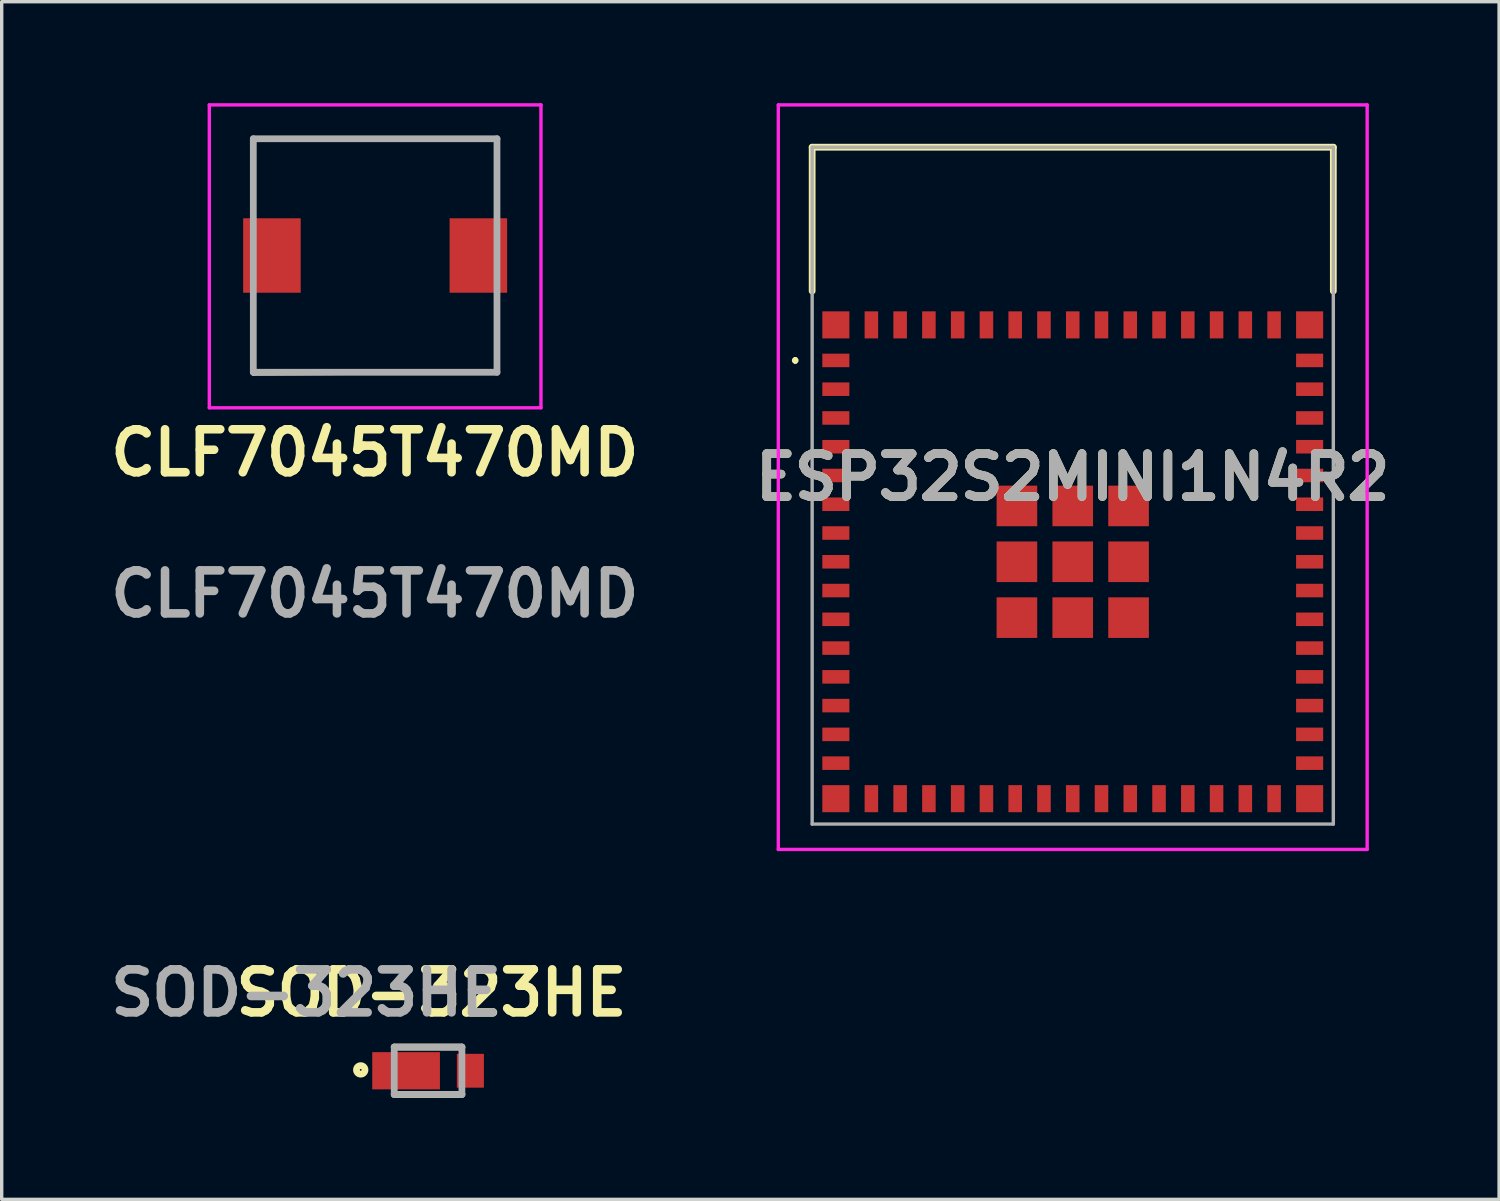
<source format=kicad_pcb>
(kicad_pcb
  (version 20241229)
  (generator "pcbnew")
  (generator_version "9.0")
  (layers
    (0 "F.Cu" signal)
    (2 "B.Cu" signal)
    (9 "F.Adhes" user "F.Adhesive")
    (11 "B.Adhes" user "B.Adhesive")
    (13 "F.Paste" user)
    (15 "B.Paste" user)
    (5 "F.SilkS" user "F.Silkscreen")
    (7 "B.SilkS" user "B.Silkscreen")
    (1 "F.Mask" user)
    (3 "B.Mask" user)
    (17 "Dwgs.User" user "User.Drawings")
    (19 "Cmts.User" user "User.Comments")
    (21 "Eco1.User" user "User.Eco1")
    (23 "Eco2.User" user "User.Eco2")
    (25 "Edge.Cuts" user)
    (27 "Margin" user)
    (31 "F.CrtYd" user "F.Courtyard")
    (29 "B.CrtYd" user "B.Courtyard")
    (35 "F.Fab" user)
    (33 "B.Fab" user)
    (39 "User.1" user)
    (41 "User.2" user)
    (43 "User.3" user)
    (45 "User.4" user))
  (footprint "SOD-323HE"
    (layer "F.Cu")
    (at 9.599 28.589)
    (property "Reference" "SOD-323HE" (at 0.1 -2.3 0) (layer "F.SilkS") (effects (font (size 1.27 1.27) (thickness 0.254))))
    (attr smd)
    (fp_line (start -1 -0.7) (end 1 -0.7) (stroke (width 0.2) (type solid)) (layer "F.SilkS"))
    (fp_line (start 1 0.7) (end -1 0.7) (stroke (width 0.2) (type solid)) (layer "F.SilkS"))
    (fp_circle (center -1.99 -0.025) (end -1.99 0.001) (stroke (width 0.2) (type solid)) (fill no) (layer "F.SilkS"))
    (fp_line (start -1 -0.7) (end 1 -0.7) (stroke (width 0.2) (type solid)) (layer "F.Fab"))
    (fp_line (start -1 0.7) (end -1 -0.7) (stroke (width 0.2) (type solid)) (layer "F.Fab"))
    (fp_line (start 1 -0.7) (end 1 0.7) (stroke (width 0.2) (type solid)) (layer "F.Fab"))
    (fp_line (start 1 0.7) (end -1 0.7) (stroke (width 0.2) (type solid)) (layer "F.Fab"))
    (fp_text user "${REFERENCE}" (at -3.6 -2.3 0) (layer "F.Fab") (effects (font (size 1.27 1.27) (thickness 0.254))))
    (pad "1" smd rect (at -0.65 0 90) (size 1.1 2) (layers "F.Cu" "F.Mask" "F.Paste"))
    (pad "2" smd rect (at 1.25 0) (size 0.8 1) (layers "F.Cu" "F.Mask" "F.Paste")))
  (footprint "CLF7045T470MD"
    (layer "F.Cu")
    (at 8.035 4.5)
    (property "Reference" "CLF7045T470MD" (at -0.01 5.83 0) (layer "F.SilkS") (effects (font (size 1.27 1.27) (thickness 0.254))))
    (attr smd)
    (fp_line (start -3.6 -3.45) (end 3.6 -3.45) (stroke (width 0.1) (type solid)) (layer "F.SilkS"))
    (fp_line (start -3.6 -1.5) (end -3.6 -3.45) (stroke (width 0.1) (type solid)) (layer "F.SilkS"))
    (fp_line (start -3.6 1.5) (end -3.6 3.5) (stroke (width 0.1) (type solid)) (layer "F.SilkS"))
    (fp_line (start -3.6 3.5) (end 3.6 3.45) (stroke (width 0.1) (type solid)) (layer "F.SilkS"))
    (fp_line (start 3.6 -3.45) (end 3.6 -1.5) (stroke (width 0.1) (type solid)) (layer "F.SilkS"))
    (fp_line (start 3.6 3.45) (end 3.6 1.5) (stroke (width 0.1) (type solid)) (layer "F.SilkS"))
    (fp_line (start -4.9 -4.45) (end 4.9 -4.45) (stroke (width 0.1) (type solid)) (layer "F.CrtYd"))
    (fp_line (start -4.9 4.5) (end -4.9 -4.45) (stroke (width 0.1) (type solid)) (layer "F.CrtYd"))
    (fp_line (start 4.9 -4.45) (end 4.9 4.5) (stroke (width 0.1) (type solid)) (layer "F.CrtYd"))
    (fp_line (start 4.9 4.5) (end -4.9 4.5) (stroke (width 0.1) (type solid)) (layer "F.CrtYd"))
    (fp_line (start -3.6 -3.45) (end 3.6 -3.45) (stroke (width 0.2) (type solid)) (layer "F.Fab"))
    (fp_line (start -3.6 3.45) (end -3.6 -3.45) (stroke (width 0.2) (type solid)) (layer "F.Fab"))
    (fp_line (start 3.6 -3.45) (end 3.6 3.45) (stroke (width 0.2) (type solid)) (layer "F.Fab"))
    (fp_line (start 3.6 3.45) (end -3.6 3.45) (stroke (width 0.2) (type solid)) (layer "F.Fab"))
    (fp_text user "${REFERENCE}" (at -0.01 10 0) (layer "F.Fab") (effects (font (size 1.27 1.27) (thickness 0.254))))
    (pad "1" smd rect (at -3.05 0) (size 1.7 2.2) (layers "F.Cu" "F.Mask" "F.Paste"))
    (pad "2" smd rect (at 3.05 0) (size 1.7 2.2) (layers "F.Cu" "F.Mask" "F.Paste")))
  (footprint "ESP32S2MINI1N4R2"
    (layer "F.Cu")
    (at 28.648 13.55)
    (property "Reference" "ESP32S2MINI1N4R2" (at 0 -2.5 0) (layer "F.SilkS") (effects (font (size 1.27 1.27) (thickness 0.254))))
    (attr smd)
    (fp_line (start -8.2 -6) (end -8.2 -6) (stroke (width 0.1) (type solid)) (layer "F.SilkS"))
    (fp_line (start -8.2 -5.9) (end -8.2 -5.9) (stroke (width 0.1) (type solid)) (layer "F.SilkS"))
    (fp_line (start -7.7 -12.25) (end 7.7 -12.25) (stroke (width 0.2) (type solid)) (layer "F.SilkS"))
    (fp_line (start -7.7 -8) (end -7.7 -12.25) (stroke (width 0.2) (type solid)) (layer "F.SilkS"))
    (fp_line (start 7.7 -12.25) (end 7.7 -8) (stroke (width 0.2) (type solid)) (layer "F.SilkS"))
    (fp_arc (start -8.2 -6) (mid -8.15 -5.95) (end -8.2 -5.9) (stroke (width 0.1) (type solid)) (layer "F.SilkS"))
    (fp_arc (start -8.2 -5.9) (mid -8.25 -5.95) (end -8.2 -6) (stroke (width 0.1) (type solid)) (layer "F.SilkS"))
    (fp_line (start -8.7 -13.5) (end 8.7 -13.5) (stroke (width 0.1) (type solid)) (layer "F.CrtYd"))
    (fp_line (start -8.7 8.5) (end -8.7 -13.5) (stroke (width 0.1) (type solid)) (layer "F.CrtYd"))
    (fp_line (start 8.7 -13.5) (end 8.7 8.5) (stroke (width 0.1) (type solid)) (layer "F.CrtYd"))
    (fp_line (start 8.7 8.5) (end -8.7 8.5) (stroke (width 0.1) (type solid)) (layer "F.CrtYd"))
    (fp_line (start -7.7 -12.25) (end 7.7 -12.25) (stroke (width 0.1) (type solid)) (layer "F.Fab"))
    (fp_line (start -7.7 7.75) (end -7.7 -12.25) (stroke (width 0.1) (type solid)) (layer "F.Fab"))
    (fp_line (start 7.7 -12.25) (end 7.7 7.75) (stroke (width 0.1) (type solid)) (layer "F.Fab"))
    (fp_line (start 7.7 7.75) (end -7.7 7.75) (stroke (width 0.1) (type solid)) (layer "F.Fab"))
    (fp_text user "${REFERENCE}" (at 0 -2.5 0) (layer "F.Fab") (effects (font (size 1.27 1.27) (thickness 0.254))))
    (pad "1" smd rect (at -7 -5.95 90) (size 0.4 0.8) (layers "F.Cu" "F.Mask" "F.Paste"))
    (pad "2" smd rect (at -7 -5.1 90) (size 0.4 0.8) (layers "F.Cu" "F.Mask" "F.Paste"))
    (pad "3" smd rect (at -7 -4.25 90) (size 0.4 0.8) (layers "F.Cu" "F.Mask" "F.Paste"))
    (pad "4" smd rect (at -7 -3.4 90) (size 0.4 0.8) (layers "F.Cu" "F.Mask" "F.Paste"))
    (pad "5" smd rect (at -7 -2.55 90) (size 0.4 0.8) (layers "F.Cu" "F.Mask" "F.Paste"))
    (pad "6" smd rect (at -7 -1.7 90) (size 0.4 0.8) (layers "F.Cu" "F.Mask" "F.Paste"))
    (pad "7" smd rect (at -7 -0.85 90) (size 0.4 0.8) (layers "F.Cu" "F.Mask" "F.Paste"))
    (pad "8" smd rect (at -7 0 90) (size 0.4 0.8) (layers "F.Cu" "F.Mask" "F.Paste"))
    (pad "9" smd rect (at -7 0.85 90) (size 0.4 0.8) (layers "F.Cu" "F.Mask" "F.Paste"))
    (pad "10" smd rect (at -7 1.7 90) (size 0.4 0.8) (layers "F.Cu" "F.Mask" "F.Paste"))
    (pad "11" smd rect (at -7 2.55 90) (size 0.4 0.8) (layers "F.Cu" "F.Mask" "F.Paste"))
    (pad "12" smd rect (at -7 3.4 90) (size 0.4 0.8) (layers "F.Cu" "F.Mask" "F.Paste"))
    (pad "13" smd rect (at -7 4.25 90) (size 0.4 0.8) (layers "F.Cu" "F.Mask" "F.Paste"))
    (pad "14" smd rect (at -7 5.1 90) (size 0.4 0.8) (layers "F.Cu" "F.Mask" "F.Paste"))
    (pad "15" smd rect (at -7 5.95 90) (size 0.4 0.8) (layers "F.Cu" "F.Mask" "F.Paste"))
    (pad "16" smd rect (at -5.95 7) (size 0.4 0.8) (layers "F.Cu" "F.Mask" "F.Paste"))
    (pad "17" smd rect (at -5.1 7) (size 0.4 0.8) (layers "F.Cu" "F.Mask" "F.Paste"))
    (pad "18" smd rect (at -4.25 7) (size 0.4 0.8) (layers "F.Cu" "F.Mask" "F.Paste"))
    (pad "19" smd rect (at -3.4 7) (size 0.4 0.8) (layers "F.Cu" "F.Mask" "F.Paste"))
    (pad "20" smd rect (at -2.55 7) (size 0.4 0.8) (layers "F.Cu" "F.Mask" "F.Paste"))
    (pad "21" smd rect (at -1.7 7) (size 0.4 0.8) (layers "F.Cu" "F.Mask" "F.Paste"))
    (pad "22" smd rect (at -0.85 7) (size 0.4 0.8) (layers "F.Cu" "F.Mask" "F.Paste"))
    (pad "23" smd rect (at 0 7) (size 0.4 0.8) (layers "F.Cu" "F.Mask" "F.Paste"))
    (pad "24" smd rect (at 0.85 7) (size 0.4 0.8) (layers "F.Cu" "F.Mask" "F.Paste"))
    (pad "25" smd rect (at 1.7 7) (size 0.4 0.8) (layers "F.Cu" "F.Mask" "F.Paste"))
    (pad "26" smd rect (at 2.55 7) (size 0.4 0.8) (layers "F.Cu" "F.Mask" "F.Paste"))
    (pad "27" smd rect (at 3.4 7) (size 0.4 0.8) (layers "F.Cu" "F.Mask" "F.Paste"))
    (pad "28" smd rect (at 4.25 7) (size 0.4 0.8) (layers "F.Cu" "F.Mask" "F.Paste"))
    (pad "29" smd rect (at 5.1 7) (size 0.4 0.8) (layers "F.Cu" "F.Mask" "F.Paste"))
    (pad "30" smd rect (at 5.95 7) (size 0.4 0.8) (layers "F.Cu" "F.Mask" "F.Paste"))
    (pad "31" smd rect (at 7 5.95 90) (size 0.4 0.8) (layers "F.Cu" "F.Mask" "F.Paste"))
    (pad "32" smd rect (at 7 5.1 90) (size 0.4 0.8) (layers "F.Cu" "F.Mask" "F.Paste"))
    (pad "33" smd rect (at 7 4.25 90) (size 0.4 0.8) (layers "F.Cu" "F.Mask" "F.Paste"))
    (pad "34" smd rect (at 7 3.4 90) (size 0.4 0.8) (layers "F.Cu" "F.Mask" "F.Paste"))
    (pad "35" smd rect (at 7 2.55 90) (size 0.4 0.8) (layers "F.Cu" "F.Mask" "F.Paste"))
    (pad "36" smd rect (at 7 1.7 90) (size 0.4 0.8) (layers "F.Cu" "F.Mask" "F.Paste"))
    (pad "37" smd rect (at 7 0.85 90) (size 0.4 0.8) (layers "F.Cu" "F.Mask" "F.Paste"))
    (pad "38" smd rect (at 7 0 90) (size 0.4 0.8) (layers "F.Cu" "F.Mask" "F.Paste"))
    (pad "39" smd rect (at 7 -0.85 90) (size 0.4 0.8) (layers "F.Cu" "F.Mask" "F.Paste"))
    (pad "40" smd rect (at 7 -1.7 90) (size 0.4 0.8) (layers "F.Cu" "F.Mask" "F.Paste"))
    (pad "41" smd rect (at 7 -2.55 90) (size 0.4 0.8) (layers "F.Cu" "F.Mask" "F.Paste"))
    (pad "42" smd rect (at 7 -3.4 90) (size 0.4 0.8) (layers "F.Cu" "F.Mask" "F.Paste"))
    (pad "43" smd rect (at 7 -4.25 90) (size 0.4 0.8) (layers "F.Cu" "F.Mask" "F.Paste"))
    (pad "44" smd rect (at 7 -5.1 90) (size 0.4 0.8) (layers "F.Cu" "F.Mask" "F.Paste"))
    (pad "45" smd rect (at 7 -5.95 90) (size 0.4 0.8) (layers "F.Cu" "F.Mask" "F.Paste"))
    (pad "46" smd rect (at 5.95 -7) (size 0.4 0.8) (layers "F.Cu" "F.Mask" "F.Paste"))
    (pad "47" smd rect (at 5.1 -7) (size 0.4 0.8) (layers "F.Cu" "F.Mask" "F.Paste"))
    (pad "48" smd rect (at 4.25 -7) (size 0.4 0.8) (layers "F.Cu" "F.Mask" "F.Paste"))
    (pad "49" smd rect (at 3.4 -7) (size 0.4 0.8) (layers "F.Cu" "F.Mask" "F.Paste"))
    (pad "50" smd rect (at 2.55 -7) (size 0.4 0.8) (layers "F.Cu" "F.Mask" "F.Paste"))
    (pad "51" smd rect (at 1.7 -7) (size 0.4 0.8) (layers "F.Cu" "F.Mask" "F.Paste"))
    (pad "52" smd rect (at 0.85 -7) (size 0.4 0.8) (layers "F.Cu" "F.Mask" "F.Paste"))
    (pad "53" smd rect (at 0 -7) (size 0.4 0.8) (layers "F.Cu" "F.Mask" "F.Paste"))
    (pad "54" smd rect (at -0.85 -7) (size 0.4 0.8) (layers "F.Cu" "F.Mask" "F.Paste"))
    (pad "55" smd rect (at -1.7 -7) (size 0.4 0.8) (layers "F.Cu" "F.Mask" "F.Paste"))
    (pad "56" smd rect (at -2.55 -7) (size 0.4 0.8) (layers "F.Cu" "F.Mask" "F.Paste"))
    (pad "57" smd rect (at -3.4 -7) (size 0.4 0.8) (layers "F.Cu" "F.Mask" "F.Paste"))
    (pad "58" smd rect (at -4.25 -7) (size 0.4 0.8) (layers "F.Cu" "F.Mask" "F.Paste"))
    (pad "59" smd rect (at -5.1 -7) (size 0.4 0.8) (layers "F.Cu" "F.Mask" "F.Paste"))
    (pad "60" smd rect (at -5.95 -7) (size 0.4 0.8) (layers "F.Cu" "F.Mask" "F.Paste"))
    (pad "61" smd rect (at 0 0) (size 1.2 1.2) (layers "F.Cu" "F.Mask" "F.Paste"))
    (pad "62" smd rect (at -7 -7) (size 0.8 0.8) (layers "F.Cu" "F.Mask" "F.Paste"))
    (pad "63" smd rect (at -7 7) (size 0.8 0.8) (layers "F.Cu" "F.Mask" "F.Paste"))
    (pad "64" smd rect (at 7 7) (size 0.8 0.8) (layers "F.Cu" "F.Mask" "F.Paste"))
    (pad "65" smd rect (at 7 -7) (size 0.8 0.8) (layers "F.Cu" "F.Mask" "F.Paste"))
    (pad "66" smd rect (at -1.65 -1.65) (size 1.2 1.2) (layers "F.Cu" "F.Mask" "F.Paste"))
    (pad "67" smd rect (at -1.65 0) (size 1.2 1.2) (layers "F.Cu" "F.Mask" "F.Paste"))
    (pad "68" smd rect (at -1.65 1.65) (size 1.2 1.2) (layers "F.Cu" "F.Mask" "F.Paste"))
    (pad "69" smd rect (at 0 1.65) (size 1.2 1.2) (layers "F.Cu" "F.Mask" "F.Paste"))
    (pad "70" smd rect (at 1.65 1.65) (size 1.2 1.2) (layers "F.Cu" "F.Mask" "F.Paste"))
    (pad "71" smd rect (at 1.65 0) (size 1.2 1.2) (layers "F.Cu" "F.Mask" "F.Paste"))
    (pad "72" smd rect (at 1.65 -1.65) (size 1.2 1.2) (layers "F.Cu" "F.Mask" "F.Paste"))
    (pad "73" smd rect (at 0 -1.65) (size 1.2 1.2) (layers "F.Cu" "F.Mask" "F.Paste")))
  (gr_rect
    (start -3 -3)
    (end 41.246 32.389)
    (stroke (width 0.1) (type default))
    (fill no)
    (layer "Edge.Cuts")))
</source>
